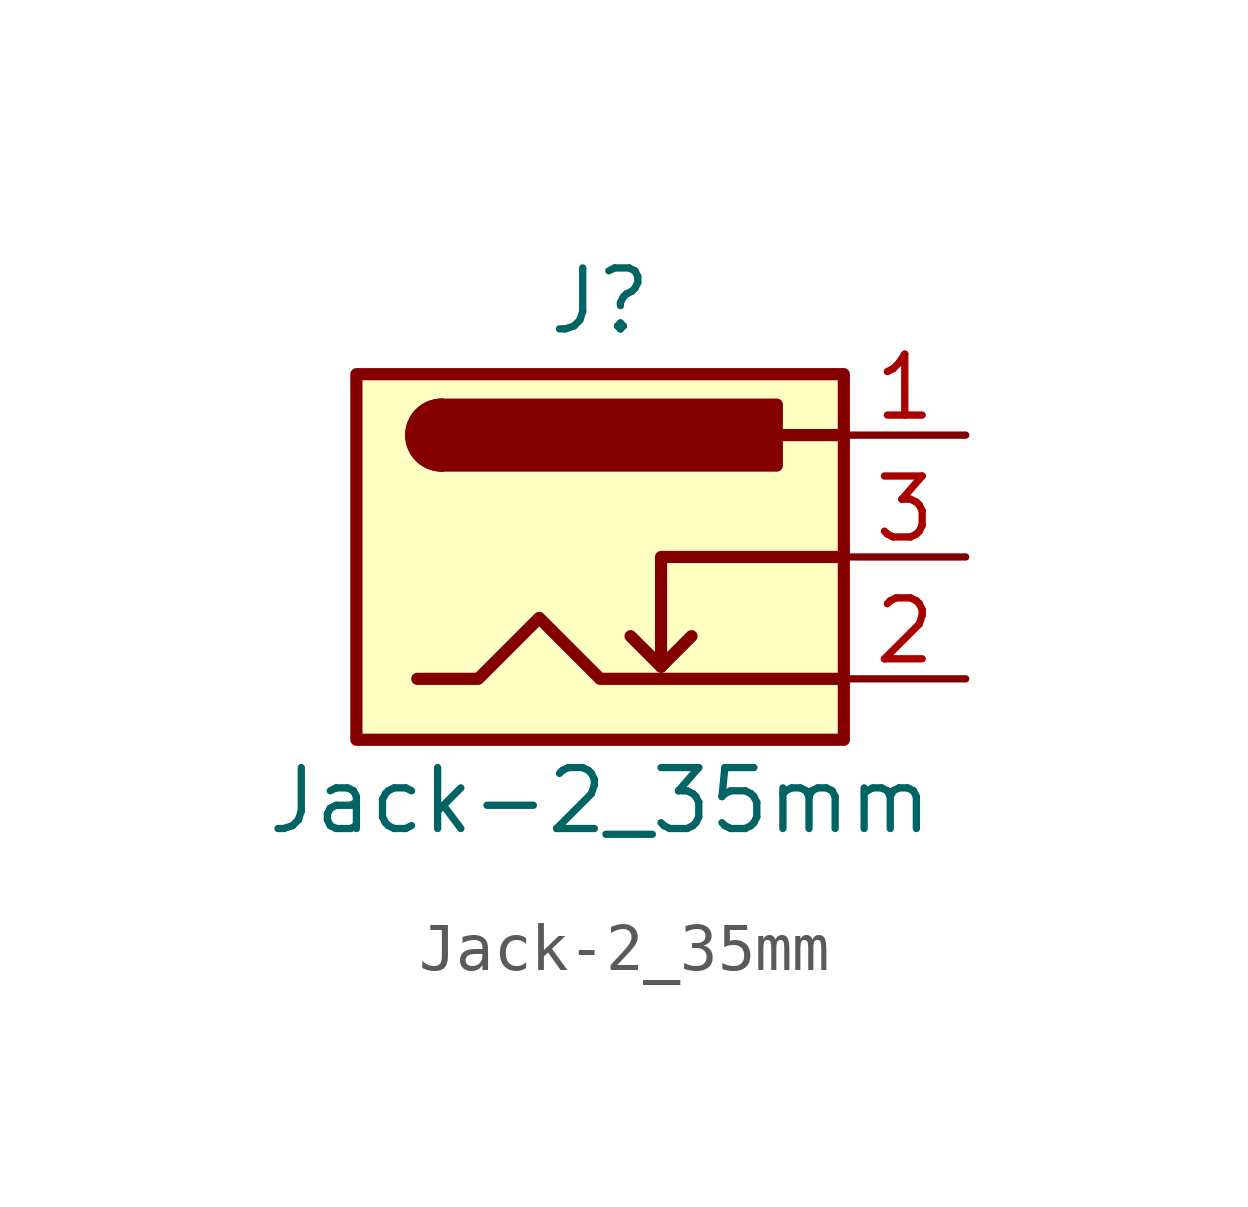
<source format=kicad_sym>
(kicad_symbol_lib
  (version 20231120)
  (generator "kicad_symbol_editor")
  (generator_version "8.0")
  (symbol "Jack-2_35mm"
    (pin_names hide)
    (property "Reference" "J"
      (at 0 5.334 0)
      (effects (font (size 1.27 1.27))))
    (property "Value" "Jack-2_35mm"
      (at 0 -5.08 0)
      (effects (font (size 1.27 1.27))))
    (symbol "Jack-2_35mm_0_1"
      (rectangle (start -5.08 3.81) (end 5.08 -3.81) (stroke (width 0.254) (type default)) (fill (type background)))
      (arc (start -3.302 3.175) (mid -3.9343 2.54) (end -3.302 1.905) (stroke (width 0.254) (type default)) (fill (type none)))
      (arc (start -3.302 3.175) (mid -3.9343 2.54) (end -3.302 1.905) (stroke (width 0.254) (type default)) (fill (type outline)))
      (polyline (pts (xy 1.27 -2.286) (xy 1.905 -1.651)) (stroke (width 0.254) (type default)) (fill (type none)))
      (polyline (pts (xy 5.08 2.54) (xy 3.81 2.54)) (stroke (width 0.254) (type default)) (fill (type none)))
      (polyline (pts (xy 5.08 0) (xy 1.27 0) (xy 1.27 -2.286) (xy 0.635 -1.651)) (stroke (width 0.254) (type default)) (fill (type none)))
      (polyline (pts (xy -3.81 -2.54) (xy -2.54 -2.54) (xy -1.27 -1.27) (xy 0 -2.54) (xy 2.54 -2.54) (xy 5.08 -2.54)) (stroke (width 0.254) (type default)) (fill (type none)))
      (rectangle (start 3.683 3.175) (end -3.302 1.905) (stroke (width 0.254) (type default)) (fill (type outline))))
    (symbol "Jack-2_35mm_1_1"
      (pin passive line (at 7.62 2.54 180) (length 2.54) (name "~" (effects (font (size 1.27 1.27)))) (number "1" (effects (font (size 1.27 1.27)))))
      (pin passive line (at 7.62 -2.54 180) (length 2.54) (name "~" (effects (font (size 1.27 1.27)))) (number "2" (effects (font (size 1.27 1.27)))))
      (pin passive line (at 7.62 0 180) (length 2.54) (name "~" (effects (font (size 1.27 1.27)))) (number "3" (effects (font (size 1.27 1.27))))))))
</source>
